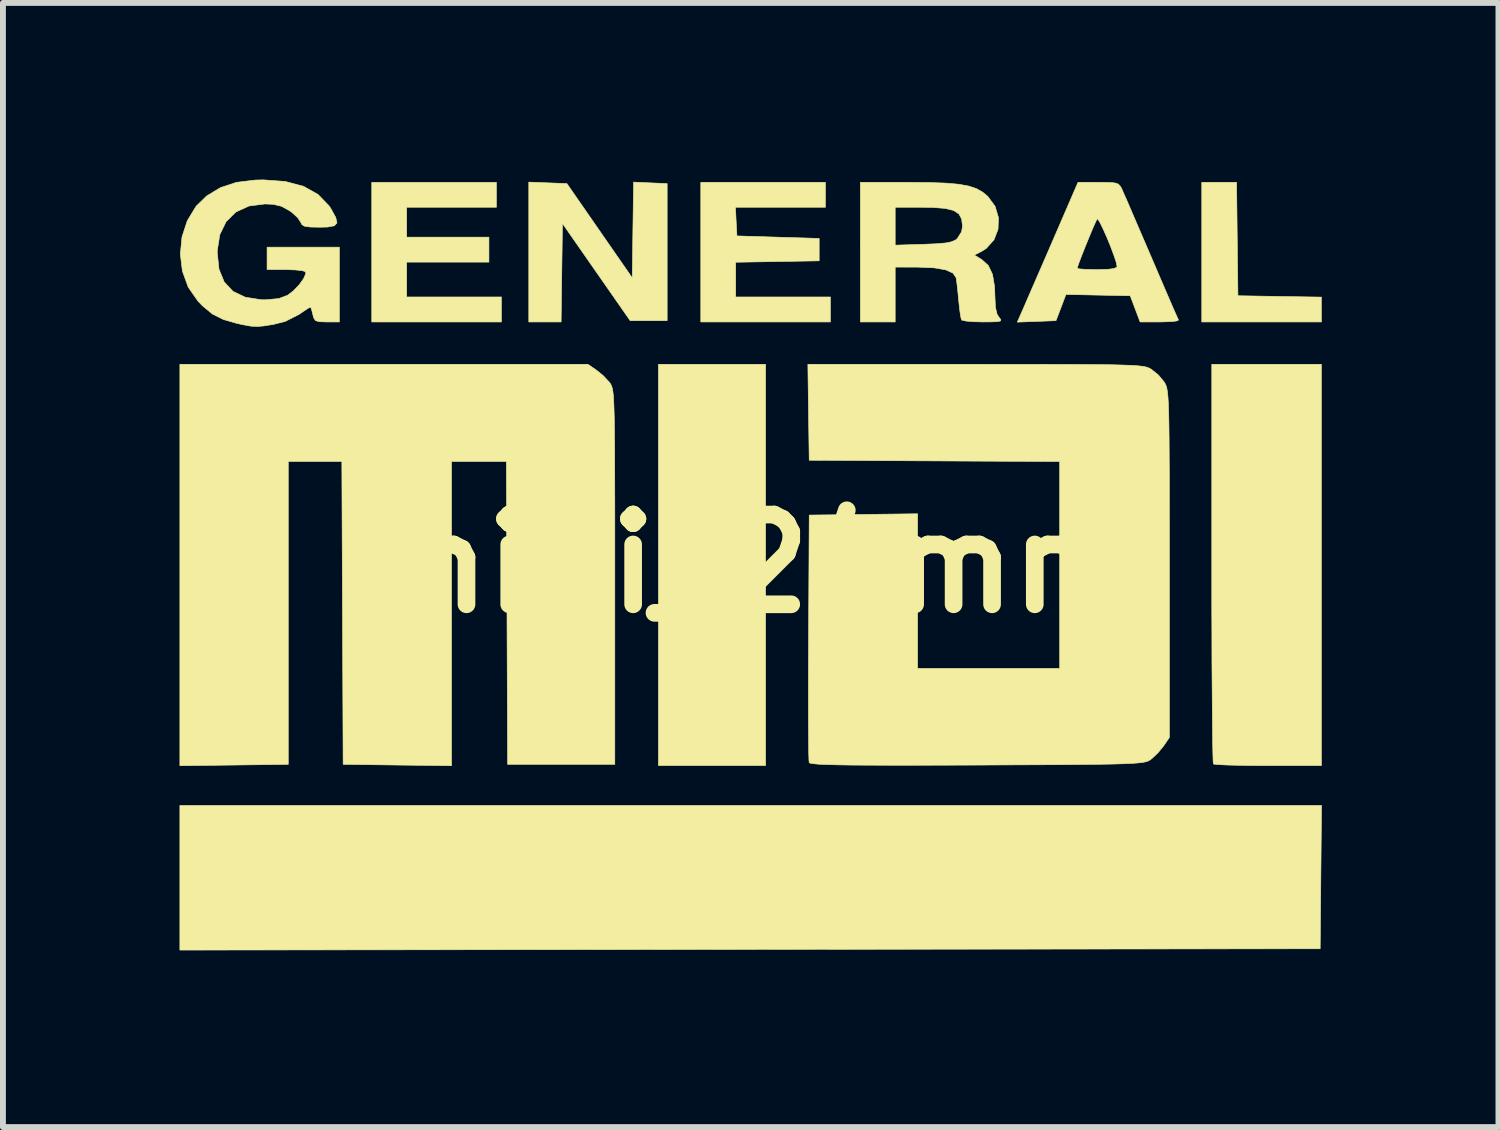
<source format=kicad_pcb>
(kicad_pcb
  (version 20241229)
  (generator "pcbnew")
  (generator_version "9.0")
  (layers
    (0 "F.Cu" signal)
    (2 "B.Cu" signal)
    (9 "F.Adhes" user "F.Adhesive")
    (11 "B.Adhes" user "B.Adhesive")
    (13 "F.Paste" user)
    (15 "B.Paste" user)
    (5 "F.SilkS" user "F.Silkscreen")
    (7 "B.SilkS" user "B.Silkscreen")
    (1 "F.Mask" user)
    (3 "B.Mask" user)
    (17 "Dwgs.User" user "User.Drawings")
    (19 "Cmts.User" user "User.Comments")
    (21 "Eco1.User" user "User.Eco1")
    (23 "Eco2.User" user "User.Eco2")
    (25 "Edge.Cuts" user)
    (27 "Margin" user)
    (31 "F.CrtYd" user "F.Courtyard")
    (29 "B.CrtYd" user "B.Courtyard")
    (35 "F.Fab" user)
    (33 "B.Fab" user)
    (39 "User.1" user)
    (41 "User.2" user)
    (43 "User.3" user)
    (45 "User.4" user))
  (footprint "midi_24mm"
    (layer "F.Cu")
    (at 9.699 6.524)
    (property "Reference" "midi_24mm" (at 0 0 0) (layer "F.SilkS") (effects (font (size 1.524 1.524) (thickness 0.3))))
    (attr through_hole)
    (fp_poly (pts (xy 0.254 3.429) (xy -1.566 3.429) (xy -1.566 -3.387) (xy 0.254 -3.387) (xy 0.254 3.429)) (stroke (width 0.01) (type solid)) (fill yes) (layer "F.SilkS"))
    (fp_poly (pts (xy 9.684 5.323) (xy 9.673 6.54) (xy -0.011 6.551) (xy -9.694 6.562) (xy -9.694 4.106) (xy 9.696 4.106) (xy 9.684 5.323)) (stroke (width 0.01) (type solid)) (fill yes) (layer "F.SilkS"))
    (fp_poly (pts (xy 8.276 -4.551) (xy 8.985 -4.539) (xy 9.694 -4.528) (xy 9.694 -4.106) (xy 7.662 -4.106) (xy 7.662 -6.477) (xy 8.253 -6.477) (xy 8.276 -4.551)) (stroke (width 0.01) (type solid)) (fill yes) (layer "F.SilkS"))
    (fp_poly (pts (xy -4.318 -6.054) (xy -5.842 -6.054) (xy -5.842 -5.546) (xy -4.445 -5.546) (xy -4.445 -5.122) (xy -5.842 -5.122) (xy -5.842 -4.53) (xy -4.233 -4.53) (xy -4.233 -4.106) (xy -6.435 -4.106) (xy -6.435 -6.477) (xy -4.318 -6.477) (xy -4.318 -6.054)) (stroke (width 0.01) (type solid)) (fill yes) (layer "F.SilkS"))
    (fp_poly (pts (xy -1.703 -6.468) (xy -1.418 -6.456) (xy -1.418 -4.128) (xy -2.046 -4.128) (xy -2.621 -4.953) (xy -3.196 -5.779) (xy -3.208 -4.942) (xy -3.219 -4.106) (xy -3.768 -4.106) (xy -3.768 -6.481) (xy -3.121 -6.456) (xy -2.566 -5.655) (xy -2.011 -4.855) (xy -1.988 -6.481) (xy -1.703 -6.468)) (stroke (width 0.01) (type solid)) (fill yes) (layer "F.SilkS"))
    (fp_poly (pts (xy 1.27 -6.054) (xy -0.258 -6.054) (xy -0.246 -5.81) (xy -0.233 -5.567) (xy 1.164 -5.524) (xy 1.164 -5.144) (xy 0.455 -5.132) (xy -0.254 -5.12) (xy -0.254 -4.53) (xy 1.355 -4.53) (xy 1.355 -4.106) (xy -0.847 -4.106) (xy -0.847 -6.477) (xy 1.27 -6.477) (xy 1.27 -6.054)) (stroke (width 0.01) (type solid)) (fill yes) (layer "F.SilkS"))
    (fp_poly (pts (xy 9.694 3.429) (xy 8.791 3.429) (xy 8.523 3.428) (xy 8.284 3.424) (xy 8.086 3.419) (xy 7.943 3.412) (xy 7.868 3.404) (xy 7.86 3.401) (xy 7.855 3.355) (xy 7.851 3.231) (xy 7.847 3.035) (xy 7.844 2.774) (xy 7.841 2.454) (xy 7.838 2.081) (xy 7.835 1.662) (xy 7.834 1.203) (xy 7.832 0.711) (xy 7.832 0.192) (xy 7.832 -0.007) (xy 7.832 -3.387) (xy 9.694 -3.387) (xy 9.694 3.429)) (stroke (width 0.01) (type solid)) (fill yes) (layer "F.SilkS"))
    (fp_poly (pts (xy -2.624 -3.291) (xy -2.505 -3.195) (xy -2.403 -3.086) (xy -2.396 -3.077) (xy -2.379 -3.053) (xy -2.365 -3.026) (xy -2.353 -2.991) (xy -2.342 -2.94) (xy -2.333 -2.868) (xy -2.326 -2.77) (xy -2.321 -2.64) (xy -2.316 -2.471) (xy -2.313 -2.258) (xy -2.31 -1.995) (xy -2.309 -1.676) (xy -2.308 -1.296) (xy -2.307 -0.848) (xy -2.307 -0.326) (xy -2.307 0.225) (xy -2.307 3.408) (xy -4.128 3.408) (xy -4.138 0.836) (xy -4.149 -1.736) (xy -5.08 -1.736) (xy -5.08 3.431) (xy -6.921 3.408) (xy -6.932 0.836) (xy -6.943 -1.736) (xy -7.398 -1.736) (xy -7.853 -1.736) (xy -7.853 3.408) (xy -9.694 3.431) (xy -9.694 -3.387) (xy -2.764 -3.387) (xy -2.624 -3.291)) (stroke (width 0.01) (type solid)) (fill yes) (layer "F.SilkS"))
    (fp_poly (pts (xy 6.077 -6.476) (xy 6.183 -6.468) (xy 6.245 -6.447) (xy 6.281 -6.408) (xy 6.306 -6.361) (xy 6.336 -6.291) (xy 6.396 -6.156) (xy 6.478 -5.965) (xy 6.578 -5.732) (xy 6.692 -5.468) (xy 6.804 -5.207) (xy 6.923 -4.93) (xy 7.031 -4.678) (xy 7.124 -4.463) (xy 7.197 -4.294) (xy 7.247 -4.182) (xy 7.267 -4.138) (xy 7.237 -4.123) (xy 7.142 -4.112) (xy 6.999 -4.107) (xy 6.951 -4.106) (xy 6.615 -4.106) (xy 6.447 -4.551) (xy 5.355 -4.573) (xy 5.271 -4.35) (xy 5.186 -4.128) (xy 4.857 -4.115) (xy 4.529 -4.103) (xy 4.628 -4.327) (xy 4.672 -4.429) (xy 4.744 -4.595) (xy 4.838 -4.811) (xy 4.927 -5.016) (xy 5.546 -5.016) (xy 5.585 -5.007) (xy 5.688 -4.999) (xy 5.836 -4.996) (xy 5.884 -4.995) (xy 6.069 -5) (xy 6.178 -5.014) (xy 6.222 -5.04) (xy 6.223 -5.048) (xy 6.209 -5.12) (xy 6.17 -5.237) (xy 6.116 -5.382) (xy 6.054 -5.534) (xy 5.991 -5.676) (xy 5.937 -5.788) (xy 5.898 -5.85) (xy 5.886 -5.856) (xy 5.86 -5.807) (xy 5.812 -5.699) (xy 5.752 -5.555) (xy 5.687 -5.396) (xy 5.626 -5.241) (xy 5.577 -5.113) (xy 5.549 -5.032) (xy 5.546 -5.016) (xy 4.927 -5.016) (xy 4.947 -5.062) (xy 5.066 -5.336) (xy 5.143 -5.514) (xy 5.56 -6.477) (xy 5.906 -6.477) (xy 6.077 -6.476)) (stroke (width 0.01) (type solid)) (fill yes) (layer "F.SilkS"))
    (fp_poly (pts (xy 3.034 -6.474) (xy 3.314 -6.464) (xy 3.533 -6.445) (xy 3.703 -6.414) (xy 3.835 -6.37) (xy 3.941 -6.31) (xy 4.028 -6.238) (xy 4.152 -6.069) (xy 4.209 -5.877) (xy 4.202 -5.681) (xy 4.133 -5.501) (xy 4.003 -5.356) (xy 3.926 -5.307) (xy 3.8 -5.242) (xy 3.926 -5.165) (xy 4.037 -5.064) (xy 4.108 -4.914) (xy 4.143 -4.703) (xy 4.149 -4.537) (xy 4.158 -4.352) (xy 4.187 -4.233) (xy 4.219 -4.184) (xy 4.249 -4.146) (xy 4.244 -4.123) (xy 4.192 -4.111) (xy 4.079 -4.107) (xy 3.946 -4.106) (xy 3.784 -4.11) (xy 3.658 -4.121) (xy 3.588 -4.137) (xy 3.582 -4.142) (xy 3.567 -4.199) (xy 3.55 -4.316) (xy 3.534 -4.467) (xy 3.534 -4.47) (xy 3.518 -4.633) (xy 3.502 -4.773) (xy 3.49 -4.856) (xy 3.437 -4.935) (xy 3.314 -4.991) (xy 3.117 -5.025) (xy 2.841 -5.037) (xy 2.805 -5.037) (xy 2.455 -5.038) (xy 2.455 -4.106) (xy 1.863 -4.106) (xy 1.863 -6.054) (xy 2.455 -6.054) (xy 2.455 -5.41) (xy 2.938 -5.425) (xy 3.157 -5.434) (xy 3.309 -5.447) (xy 3.41 -5.467) (xy 3.477 -5.496) (xy 3.509 -5.521) (xy 3.583 -5.638) (xy 3.598 -5.732) (xy 3.584 -5.854) (xy 3.537 -5.941) (xy 3.446 -6) (xy 3.3 -6.035) (xy 3.089 -6.051) (xy 2.903 -6.054) (xy 2.455 -6.054) (xy 1.863 -6.054) (xy 1.863 -6.477) (xy 2.681 -6.477) (xy 3.034 -6.474)) (stroke (width 0.01) (type solid)) (fill yes) (layer "F.SilkS"))
    (fp_poly (pts (xy -7.904 -6.492) (xy -7.595 -6.41) (xy -7.348 -6.272) (xy -7.16 -6.078) (xy -7.123 -6.02) (xy -7.046 -5.879) (xy -7.026 -5.789) (xy -7.07 -5.739) (xy -7.186 -5.718) (xy -7.321 -5.715) (xy -7.478 -5.718) (xy -7.571 -5.73) (xy -7.619 -5.757) (xy -7.642 -5.801) (xy -7.692 -5.876) (xy -7.788 -5.964) (xy -7.837 -5.999) (xy -7.97 -6.071) (xy -8.109 -6.104) (xy -8.25 -6.11) (xy -8.521 -6.075) (xy -8.743 -5.973) (xy -8.909 -5.809) (xy -9.016 -5.589) (xy -9.059 -5.318) (xy -9.059 -5.281) (xy -9.03 -5.003) (xy -8.941 -4.785) (xy -8.793 -4.626) (xy -8.583 -4.526) (xy -8.311 -4.483) (xy -8.246 -4.482) (xy -8.014 -4.503) (xy -7.863 -4.56) (xy -7.763 -4.637) (xy -7.667 -4.738) (xy -7.593 -4.841) (xy -7.556 -4.926) (xy -7.56 -4.958) (xy -7.61 -4.976) (xy -7.723 -4.989) (xy -7.874 -4.995) (xy -7.898 -4.995) (xy -8.213 -4.995) (xy -8.213 -5.376) (xy -6.985 -5.376) (xy -6.985 -4.106) (xy -7.198 -4.106) (xy -7.325 -4.11) (xy -7.391 -4.129) (xy -7.422 -4.177) (xy -7.436 -4.233) (xy -7.458 -4.322) (xy -7.476 -4.36) (xy -7.476 -4.36) (xy -7.516 -4.338) (xy -7.602 -4.281) (xy -7.672 -4.233) (xy -7.905 -4.115) (xy -8.107 -4.064) (xy -8.27 -4.038) (xy -8.387 -4.029) (xy -8.492 -4.035) (xy -8.622 -4.059) (xy -8.721 -4.08) (xy -8.956 -4.148) (xy -9.142 -4.241) (xy -9.311 -4.381) (xy -9.387 -4.46) (xy -9.552 -4.697) (xy -9.651 -4.969) (xy -9.686 -5.258) (xy -9.658 -5.549) (xy -9.568 -5.825) (xy -9.419 -6.07) (xy -9.24 -6.245) (xy -9.004 -6.388) (xy -8.733 -6.477) (xy -8.412 -6.516) (xy -8.276 -6.519) (xy -7.904 -6.492)) (stroke (width 0.01) (type solid)) (fill yes) (layer "F.SilkS"))
    (fp_poly (pts (xy 3.82 -3.387) (xy 4.38 -3.386) (xy 4.863 -3.386) (xy 5.273 -3.385) (xy 5.617 -3.384) (xy 5.902 -3.382) (xy 6.133 -3.379) (xy 6.317 -3.374) (xy 6.461 -3.369) (xy 6.569 -3.362) (xy 6.65 -3.353) (xy 6.708 -3.343) (xy 6.75 -3.33) (xy 6.782 -3.315) (xy 6.805 -3.302) (xy 6.925 -3.205) (xy 7.025 -3.085) (xy 7.028 -3.08) (xy 7.044 -3.051) (xy 7.058 -3.018) (xy 7.07 -2.973) (xy 7.08 -2.912) (xy 7.088 -2.828) (xy 7.095 -2.714) (xy 7.1 -2.565) (xy 7.104 -2.375) (xy 7.107 -2.137) (xy 7.109 -1.845) (xy 7.111 -1.494) (xy 7.111 -1.076) (xy 7.112 -0.587) (xy 7.112 -0.019) (xy 7.112 0.004) (xy 7.112 2.951) (xy 7.017 3.091) (xy 6.92 3.21) (xy 6.812 3.312) (xy 6.802 3.319) (xy 6.777 3.337) (xy 6.748 3.352) (xy 6.709 3.365) (xy 6.655 3.375) (xy 6.577 3.384) (xy 6.471 3.392) (xy 6.331 3.398) (xy 6.149 3.403) (xy 5.92 3.407) (xy 5.637 3.41) (xy 5.295 3.413) (xy 4.886 3.415) (xy 4.406 3.417) (xy 3.848 3.42) (xy 3.27 3.422) (xy 2.77 3.423) (xy 2.345 3.423) (xy 1.989 3.422) (xy 1.697 3.42) (xy 1.464 3.416) (xy 1.284 3.411) (xy 1.152 3.405) (xy 1.063 3.397) (xy 1.012 3.388) (xy 0.994 3.377) (xy 0.99 3.325) (xy 0.986 3.197) (xy 0.984 3.001) (xy 0.982 2.745) (xy 0.981 2.439) (xy 0.981 2.089) (xy 0.982 1.705) (xy 0.984 1.295) (xy 0.984 1.249) (xy 0.995 -0.826) (xy 2.836 -0.848) (xy 2.836 1.778) (xy 5.249 1.778) (xy 5.249 -1.735) (xy 0.995 -1.757) (xy 0.983 -2.572) (xy 0.972 -3.387) (xy 3.82 -3.387)) (stroke (width 0.01) (type solid)) (fill yes) (layer "F.SilkS")))
  (gr_rect
    (start -3 -3)
    (end 22.4 16.092)
    (stroke (width 0.1) (type default))
    (fill no)
    (layer "Edge.Cuts")))
</source>
